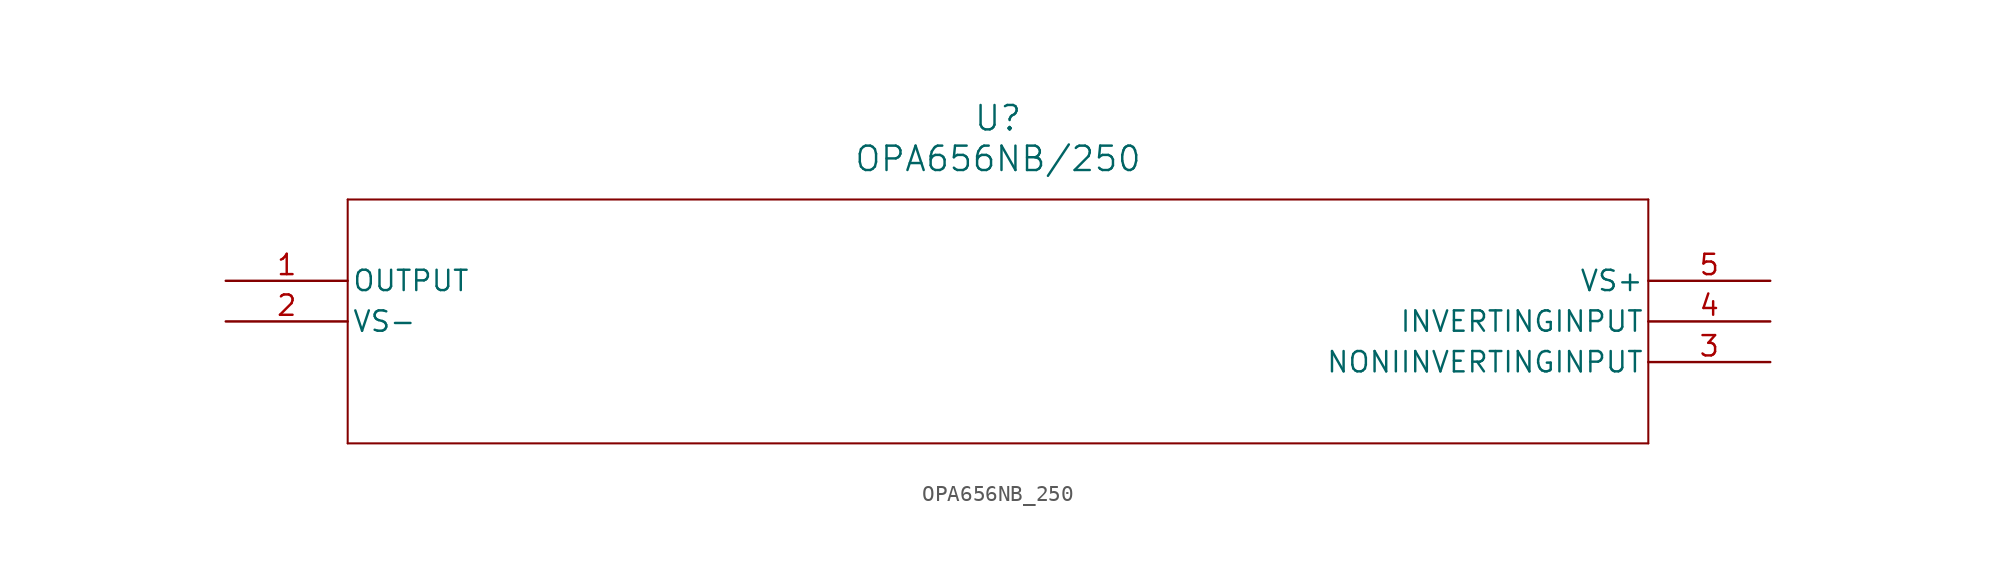
<source format=kicad_sym>
(kicad_symbol_lib
  (version 20211014)
  (generator kicad_symbol_editor)
  (symbol "OPA656NB_250"
    (pin_names
      (offset 0.254))
    (property "Reference" "U"
      (at 48.26 10.16 0)
      (effects (font (size 1.524 1.524))))
    (property "Value" "OPA656NB/250"
      (at 48.26 7.62 0)
      (effects (font (size 1.524 1.524))))
    (symbol "OPA656NB_250_0_1"
      (polyline (pts (xy 7.62 5.08) (xy 7.62 -10.16)) (stroke (width 0.127) (type default) (color 0 0 0 0)) (fill (type none)))
      (polyline (pts (xy 7.62 -10.16) (xy 88.9 -10.16)) (stroke (width 0.127) (type default) (color 0 0 0 0)) (fill (type none)))
      (polyline (pts (xy 88.9 -10.16) (xy 88.9 5.08)) (stroke (width 0.127) (type default) (color 0 0 0 0)) (fill (type none)))
      (polyline (pts (xy 88.9 5.08) (xy 7.62 5.08)) (stroke (width 0.127) (type default) (color 0 0 0 0)) (fill (type none)))
      (pin output line (at 0 0 0) (length 7.62) (name "OUTPUT" (effects (font (size 1.27 1.27)))) (number "1" (effects (font (size 1.27 1.27)))))
      (pin power_in line (at 0 -2.54 0) (length 7.62) (name "VS-" (effects (font (size 1.27 1.27)))) (number "2" (effects (font (size 1.27 1.27)))))
      (pin input line (at 96.52 -5.08 180) (length 7.62) (name "NONIINVERTINGINPUT" (effects (font (size 1.27 1.27)))) (number "3" (effects (font (size 1.27 1.27)))))
      (pin input line (at 96.52 -2.54 180) (length 7.62) (name "INVERTINGINPUT" (effects (font (size 1.27 1.27)))) (number "4" (effects (font (size 1.27 1.27)))))
      (pin power_in line (at 96.52 0 180) (length 7.62) (name "VS+" (effects (font (size 1.27 1.27)))) (number "5" (effects (font (size 1.27 1.27))))))))
</source>
